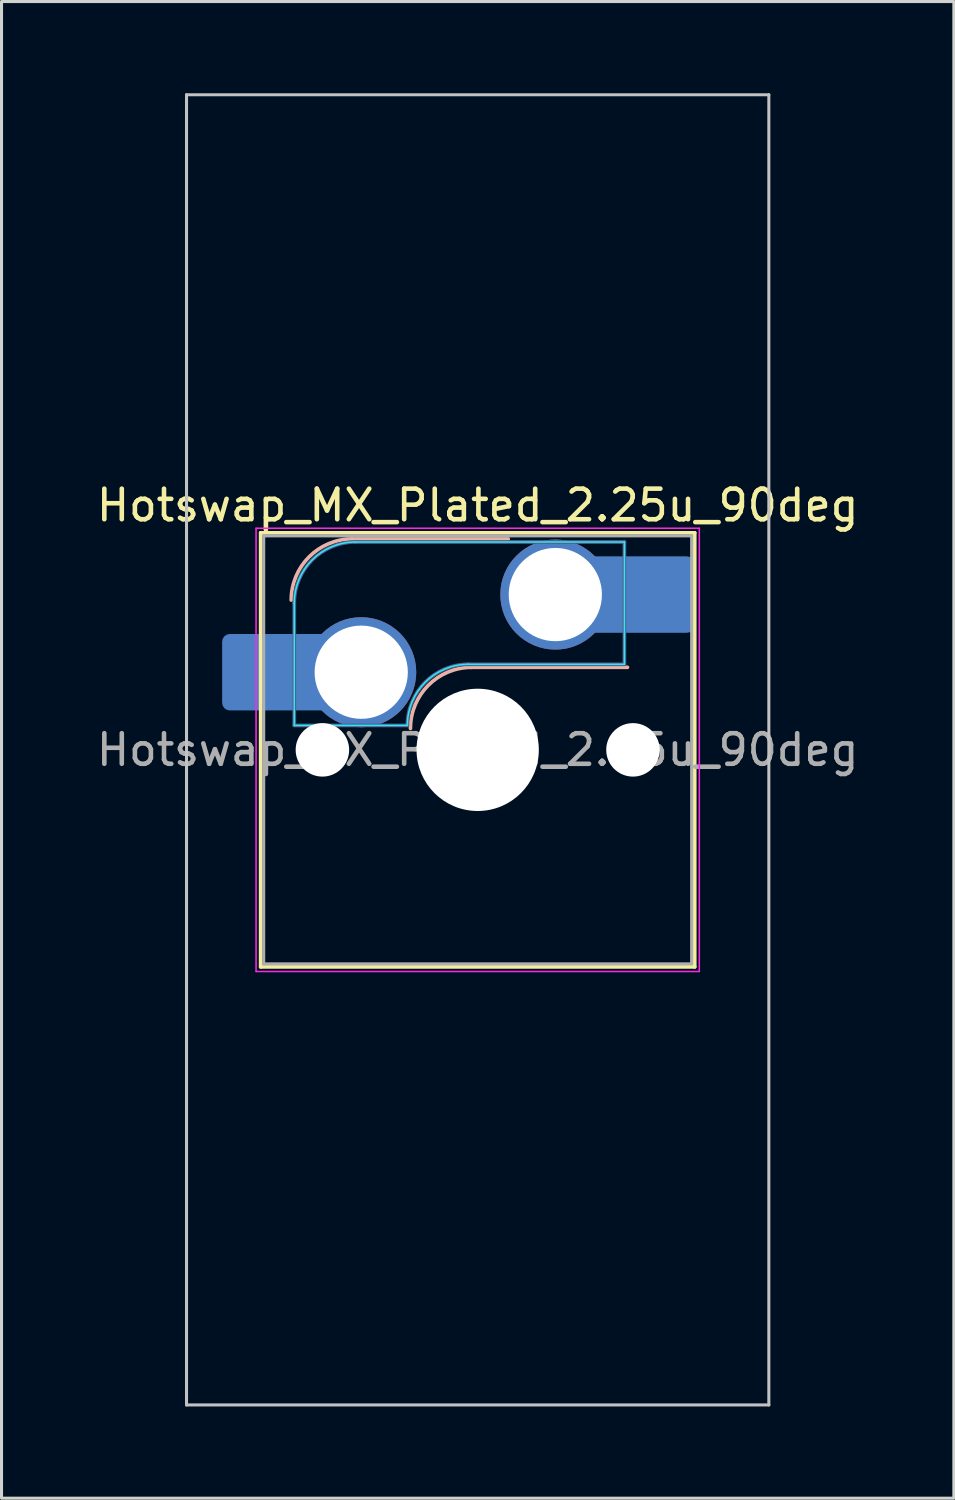
<source format=kicad_pcb>
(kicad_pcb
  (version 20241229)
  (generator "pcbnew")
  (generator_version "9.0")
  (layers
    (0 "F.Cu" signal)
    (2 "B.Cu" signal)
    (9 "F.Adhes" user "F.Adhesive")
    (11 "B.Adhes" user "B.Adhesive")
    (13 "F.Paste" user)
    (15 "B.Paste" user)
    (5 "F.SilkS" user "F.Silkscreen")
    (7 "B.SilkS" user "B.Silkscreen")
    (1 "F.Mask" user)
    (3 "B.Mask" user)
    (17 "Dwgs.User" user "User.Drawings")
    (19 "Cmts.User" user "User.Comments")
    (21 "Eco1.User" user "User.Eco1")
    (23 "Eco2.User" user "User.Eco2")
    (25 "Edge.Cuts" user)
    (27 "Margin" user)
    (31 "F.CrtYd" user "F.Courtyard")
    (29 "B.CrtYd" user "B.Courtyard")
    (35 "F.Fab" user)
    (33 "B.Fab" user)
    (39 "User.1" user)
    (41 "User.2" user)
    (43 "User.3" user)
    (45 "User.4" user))
  (footprint "Hotswap_MX_Plated_2.25u_90deg"
    (layer "F.Cu")
    (at 12.577 21.481)
    (property "Reference" "Hotswap_MX_Plated_2.25u_90deg" (at 0 -8 0) (layer "F.SilkS") (effects (font (size 1 1) (thickness 0.15))))
    (attr smd allow_soldermask_bridges)
    (fp_line (start -7.1 -7.1) (end -7.1 7.1) (stroke (width 0.12) (type solid)) (layer "F.SilkS"))
    (fp_line (start -7.1 7.1) (end 7.1 7.1) (stroke (width 0.12) (type solid)) (layer "F.SilkS"))
    (fp_line (start 7.1 -7.1) (end -7.1 -7.1) (stroke (width 0.12) (type solid)) (layer "F.SilkS"))
    (fp_line (start 7.1 7.1) (end 7.1 -7.1) (stroke (width 0.12) (type solid)) (layer "F.SilkS"))
    (fp_line (start -4.1 -6.9) (end 1 -6.9) (stroke (width 0.12) (type solid)) (layer "B.SilkS"))
    (fp_line (start -0.2 -2.7) (end 4.9 -2.7) (stroke (width 0.12) (type solid)) (layer "B.SilkS"))
    (fp_arc (start -6.1 -4.9) (mid -5.514214 -6.314214) (end -4.1 -6.9) (stroke (width 0.12) (type solid)) (layer "B.SilkS"))
    (fp_arc (start -2.2 -0.7) (mid -1.614214 -2.114214) (end -0.2 -2.7) (stroke (width 0.12) (type solid)) (layer "B.SilkS"))
    (fp_line (start -9.525 -21.431) (end 9.525 -21.431) (stroke (width 0.1) (type solid)) (layer "Dwgs.User"))
    (fp_line (start -9.525 21.431) (end -9.525 -21.431) (stroke (width 0.1) (type solid)) (layer "Dwgs.User"))
    (fp_line (start 9.525 -21.431) (end 9.525 21.431) (stroke (width 0.1) (type solid)) (layer "Dwgs.User"))
    (fp_line (start 9.525 21.431) (end -9.525 21.431) (stroke (width 0.1) (type solid)) (layer "Dwgs.User"))
    (fp_line (start -7.8 -6) (end -7 -6) (stroke (width 0.1) (type solid)) (layer "Eco1.User"))
    (fp_line (start -7.8 -2.9) (end -7.8 -6) (stroke (width 0.1) (type solid)) (layer "Eco1.User"))
    (fp_line (start -7.8 2.9) (end -7 2.9) (stroke (width 0.1) (type solid)) (layer "Eco1.User"))
    (fp_line (start -7.8 6) (end -7.8 2.9) (stroke (width 0.1) (type solid)) (layer "Eco1.User"))
    (fp_line (start -7 -7) (end 7 -7) (stroke (width 0.1) (type solid)) (layer "Eco1.User"))
    (fp_line (start -7 -6) (end -7 -7) (stroke (width 0.1) (type solid)) (layer "Eco1.User"))
    (fp_line (start -7 -2.9) (end -7.8 -2.9) (stroke (width 0.1) (type solid)) (layer "Eco1.User"))
    (fp_line (start -7 2.9) (end -7 -2.9) (stroke (width 0.1) (type solid)) (layer "Eco1.User"))
    (fp_line (start -7 6) (end -7.8 6) (stroke (width 0.1) (type solid)) (layer "Eco1.User"))
    (fp_line (start -7 7) (end -7 6) (stroke (width 0.1) (type solid)) (layer "Eco1.User"))
    (fp_line (start 7 -7) (end 7 -6) (stroke (width 0.1) (type solid)) (layer "Eco1.User"))
    (fp_line (start 7 -6) (end 7.8 -6) (stroke (width 0.1) (type solid)) (layer "Eco1.User"))
    (fp_line (start 7 -2.9) (end 7 2.9) (stroke (width 0.1) (type solid)) (layer "Eco1.User"))
    (fp_line (start 7 2.9) (end 7.8 2.9) (stroke (width 0.1) (type solid)) (layer "Eco1.User"))
    (fp_line (start 7 6) (end 7 7) (stroke (width 0.1) (type solid)) (layer "Eco1.User"))
    (fp_line (start 7 7) (end -7 7) (stroke (width 0.1) (type solid)) (layer "Eco1.User"))
    (fp_line (start 7.8 -6) (end 7.8 -2.9) (stroke (width 0.1) (type solid)) (layer "Eco1.User"))
    (fp_line (start 7.8 -2.9) (end 7 -2.9) (stroke (width 0.1) (type solid)) (layer "Eco1.User"))
    (fp_line (start 7.8 2.9) (end 7.8 6) (stroke (width 0.1) (type solid)) (layer "Eco1.User"))
    (fp_line (start 7.8 6) (end 7 6) (stroke (width 0.1) (type solid)) (layer "Eco1.User"))
    (fp_line (start -6 -0.8) (end -6 -4.8) (stroke (width 0.05) (type solid)) (layer "B.CrtYd"))
    (fp_line (start -6 -0.8) (end -2.3 -0.8) (stroke (width 0.05) (type solid)) (layer "B.CrtYd"))
    (fp_line (start -4 -6.8) (end 4.8 -6.8) (stroke (width 0.05) (type solid)) (layer "B.CrtYd"))
    (fp_line (start -0.3 -2.8) (end 4.8 -2.8) (stroke (width 0.05) (type solid)) (layer "B.CrtYd"))
    (fp_line (start 4.8 -6.8) (end 4.8 -2.8) (stroke (width 0.05) (type solid)) (layer "B.CrtYd"))
    (fp_arc (start -6 -4.8) (mid -5.414214 -6.214214) (end -4 -6.8) (stroke (width 0.05) (type solid)) (layer "B.CrtYd"))
    (fp_arc (start -2.3 -0.8) (mid -1.714214 -2.214214) (end -0.3 -2.8) (stroke (width 0.05) (type solid)) (layer "B.CrtYd"))
    (fp_line (start -7.25 -7.25) (end -7.25 7.25) (stroke (width 0.05) (type solid)) (layer "F.CrtYd"))
    (fp_line (start -7.25 7.25) (end 7.25 7.25) (stroke (width 0.05) (type solid)) (layer "F.CrtYd"))
    (fp_line (start 7.25 -7.25) (end -7.25 -7.25) (stroke (width 0.05) (type solid)) (layer "F.CrtYd"))
    (fp_line (start 7.25 7.25) (end 7.25 -7.25) (stroke (width 0.05) (type solid)) (layer "F.CrtYd"))
    (fp_line (start -6 -0.8) (end -6 -4.8) (stroke (width 0.12) (type solid)) (layer "B.Fab"))
    (fp_line (start -6 -0.8) (end -2.3 -0.8) (stroke (width 0.12) (type solid)) (layer "B.Fab"))
    (fp_line (start -4 -6.8) (end 4.8 -6.8) (stroke (width 0.12) (type solid)) (layer "B.Fab"))
    (fp_line (start -0.3 -2.8) (end 4.8 -2.8) (stroke (width 0.12) (type solid)) (layer "B.Fab"))
    (fp_line (start 4.8 -6.8) (end 4.8 -2.8) (stroke (width 0.12) (type solid)) (layer "B.Fab"))
    (fp_arc (start -6 -4.8) (mid -5.414214 -6.214214) (end -4 -6.8) (stroke (width 0.12) (type solid)) (layer "B.Fab"))
    (fp_arc (start -2.3 -0.8) (mid -1.714214 -2.214214) (end -0.3 -2.8) (stroke (width 0.12) (type solid)) (layer "B.Fab"))
    (fp_line (start -7 -7) (end -7 7) (stroke (width 0.1) (type solid)) (layer "F.Fab"))
    (fp_line (start -7 7) (end 7 7) (stroke (width 0.1) (type solid)) (layer "F.Fab"))
    (fp_line (start 7 -7) (end -7 -7) (stroke (width 0.1) (type solid)) (layer "F.Fab"))
    (fp_line (start 7 7) (end 7 -7) (stroke (width 0.1) (type solid)) (layer "F.Fab"))
    (fp_text user "${REFERENCE}" (at 0 0 0) (layer "F.Fab") (effects (font (size 1 1) (thickness 0.15))))
    (pad "" smd roundrect (at -7.085 -2.54) (size 2.55 2.5) (layers "B.Mask" "B.Paste") (roundrect_rratio 0.1))
    (pad "" np_thru_hole circle (at -5.08 0) (size 1.75 1.75) (drill 1.75) (layers "*.Cu" "*.Mask"))
    (pad "" np_thru_hole circle (at 0 0) (size 4 4) (drill 4) (layers "*.Cu" "*.Mask"))
    (pad "" np_thru_hole circle (at 5.08 0) (size 1.75 1.75) (drill 1.75) (layers "*.Cu" "*.Mask"))
    (pad "" smd roundrect (at 5.842 -5.08) (size 2.55 2.5) (layers "B.Mask" "B.Paste") (roundrect_rratio 0.1))
    (pad "1" smd roundrect (at -6.585 -2.54) (size 3.55 2.5) (layers "B.Cu") (roundrect_rratio 0.1))
    (pad "1" thru_hole circle (at -3.81 -2.54) (size 3.6 3.6) (drill 3.05) (layers "*.Cu" "*.Mask"))
    (pad "2" thru_hole circle (at 2.54 -5.08) (size 3.6 3.6) (drill 3.05) (layers "*.Cu" "*.Mask"))
    (pad "2" smd roundrect (at 5.32 -5.08) (size 3.55 2.5) (layers "B.Cu") (roundrect_rratio 0.1)))
  (gr_rect
    (start -3 -3)
    (end 28.155 45.962)
    (stroke (width 0.1) (type default))
    (fill no)
    (layer "Edge.Cuts")))
</source>
